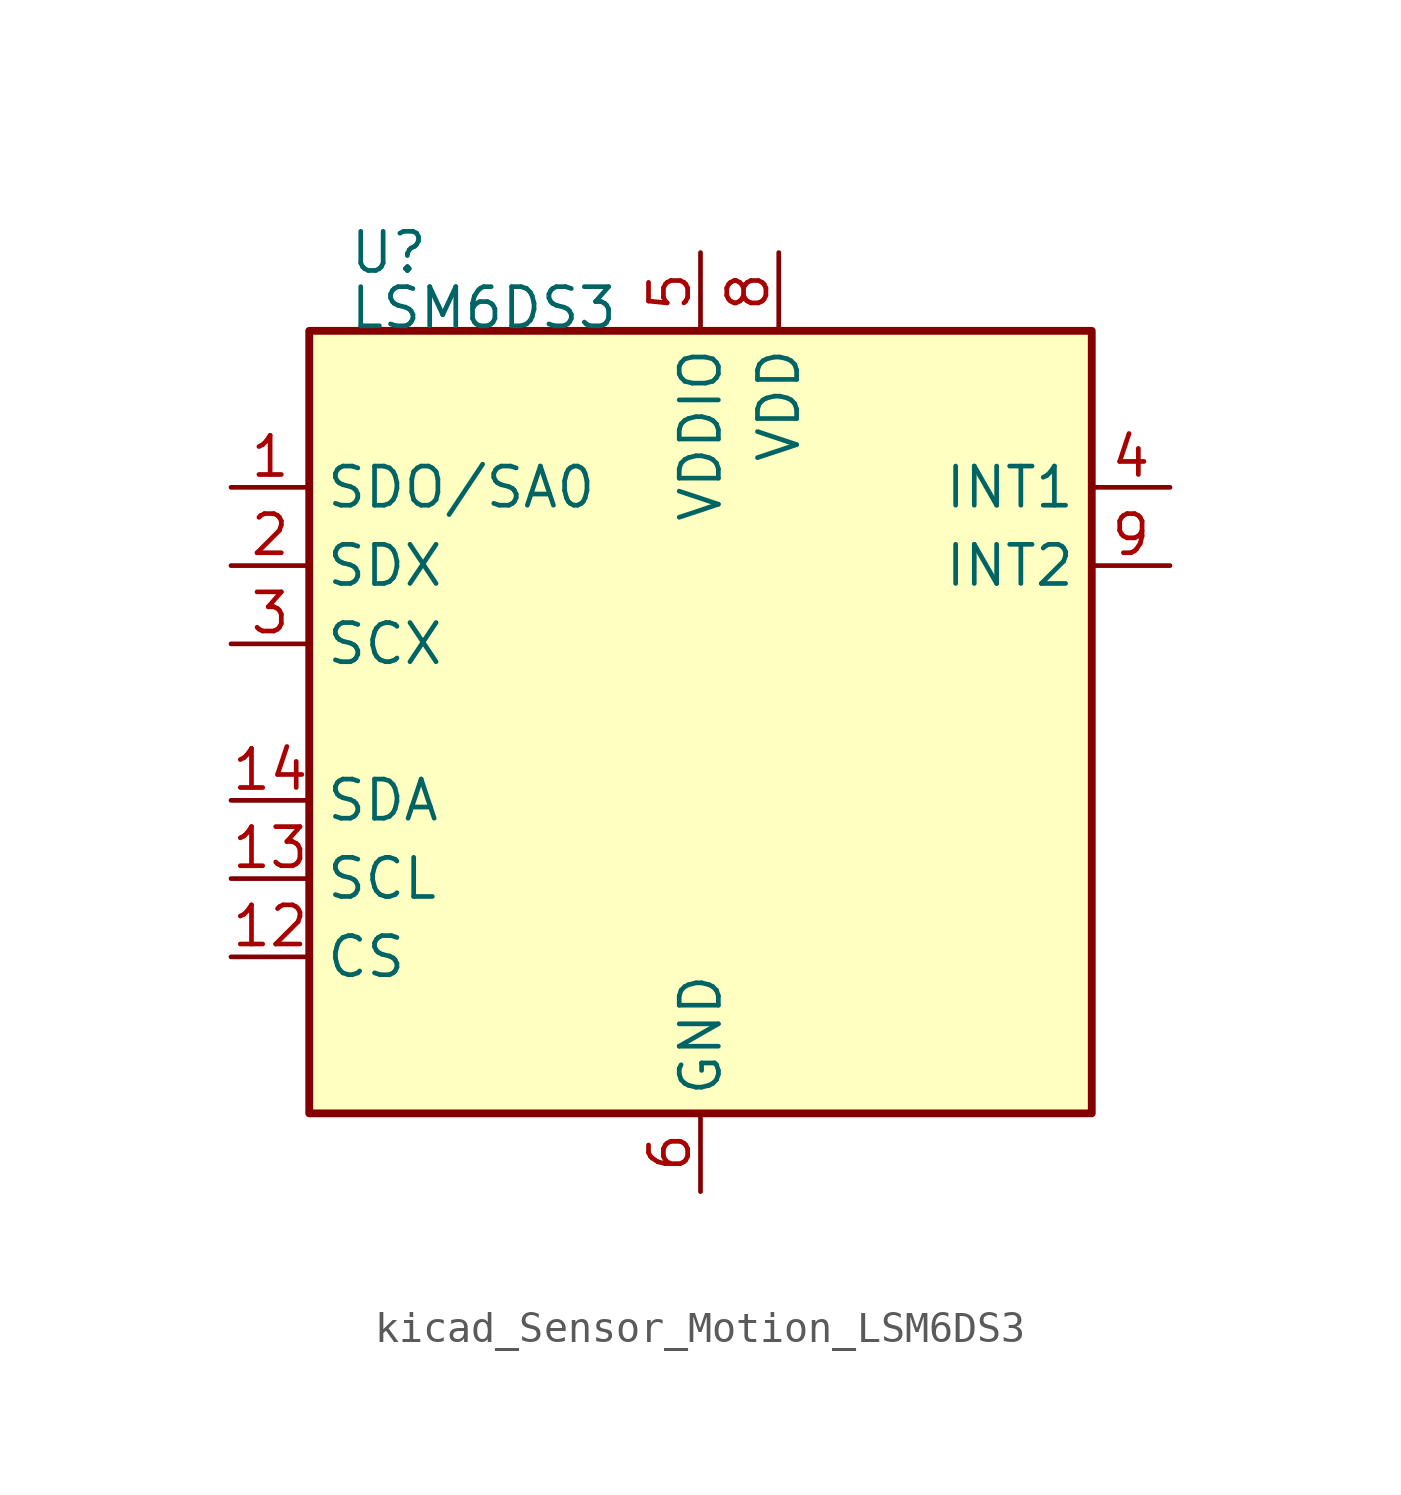
<source format=kicad_sym>
(kicad_symbol_lib
  (version 20220914)
  (generator kicad_symbol_editor)
  (symbol "kicad_Sensor_Motion_LSM6DS3"
    (property "Reference" "U"
      (at -11.43 15.24 0)
      (effects (font (size 1.27 1.27)) (justify left)))
    (property "Value" "LSM6DS3"
      (at -11.43 12.7 0)
      (effects (font (size 1.27 1.27)) (justify left bottom)))
    (symbol "kicad_Sensor_Motion_LSM6DS3_0_1"
      (rectangle (start -12.7 12.7) (end 12.7 -12.7) (stroke (width 0.254) (type default)) (fill (type background))))
    (symbol "kicad_Sensor_Motion_LSM6DS3_1_1"
      (pin bidirectional line (at -15.24 7.62 0) (length 2.54) (name "SDO/SA0" (effects (font (size 1.27 1.27)))) (number "1" (effects (font (size 1.27 1.27)))))
      (pin no_connect line (at 12.7 -5.08 180) (length 3.81) hide (name "NC" (effects (font (size 1.27 1.27)))) (number "10" (effects (font (size 1.27 1.27)))))
      (pin no_connect line (at 12.7 -2.54 180) (length 3.81) hide (name "NC" (effects (font (size 1.27 1.27)))) (number "11" (effects (font (size 1.27 1.27)))))
      (pin input line (at -15.24 -7.62 0) (length 2.54) (name "CS" (effects (font (size 1.27 1.27)))) (number "12" (effects (font (size 1.27 1.27)))))
      (pin input line (at -15.24 -5.08 0) (length 2.54) (name "SCL" (effects (font (size 1.27 1.27)))) (number "13" (effects (font (size 1.27 1.27)))))
      (pin bidirectional line (at -15.24 -2.54 0) (length 2.54) (name "SDA" (effects (font (size 1.27 1.27)))) (number "14" (effects (font (size 1.27 1.27)))))
      (pin bidirectional line (at -15.24 5.08 0) (length 2.54) (name "SDX" (effects (font (size 1.27 1.27)))) (number "2" (effects (font (size 1.27 1.27)))))
      (pin input line (at -15.24 2.54 0) (length 2.54) (name "SCX" (effects (font (size 1.27 1.27)))) (number "3" (effects (font (size 1.27 1.27)))))
      (pin output line (at 15.24 7.62 180) (length 2.54) (name "INT1" (effects (font (size 1.27 1.27)))) (number "4" (effects (font (size 1.27 1.27)))))
      (pin power_in line (at 0 15.24 270) (length 2.54) (name "VDDIO" (effects (font (size 1.27 1.27)))) (number "5" (effects (font (size 1.27 1.27)))))
      (pin power_in line (at 0 -15.24 90) (length 2.54) (name "GND" (effects (font (size 1.27 1.27)))) (number "6" (effects (font (size 1.27 1.27)))))
      (pin passive line (at 0 -15.24 90) (length 2.54) hide (name "GND" (effects (font (size 1.27 1.27)))) (number "7" (effects (font (size 1.27 1.27)))))
      (pin power_in line (at 2.54 15.24 270) (length 2.54) (name "VDD" (effects (font (size 1.27 1.27)))) (number "8" (effects (font (size 1.27 1.27)))))
      (pin output line (at 15.24 5.08 180) (length 2.54) (name "INT2" (effects (font (size 1.27 1.27)))) (number "9" (effects (font (size 1.27 1.27))))))))
</source>
